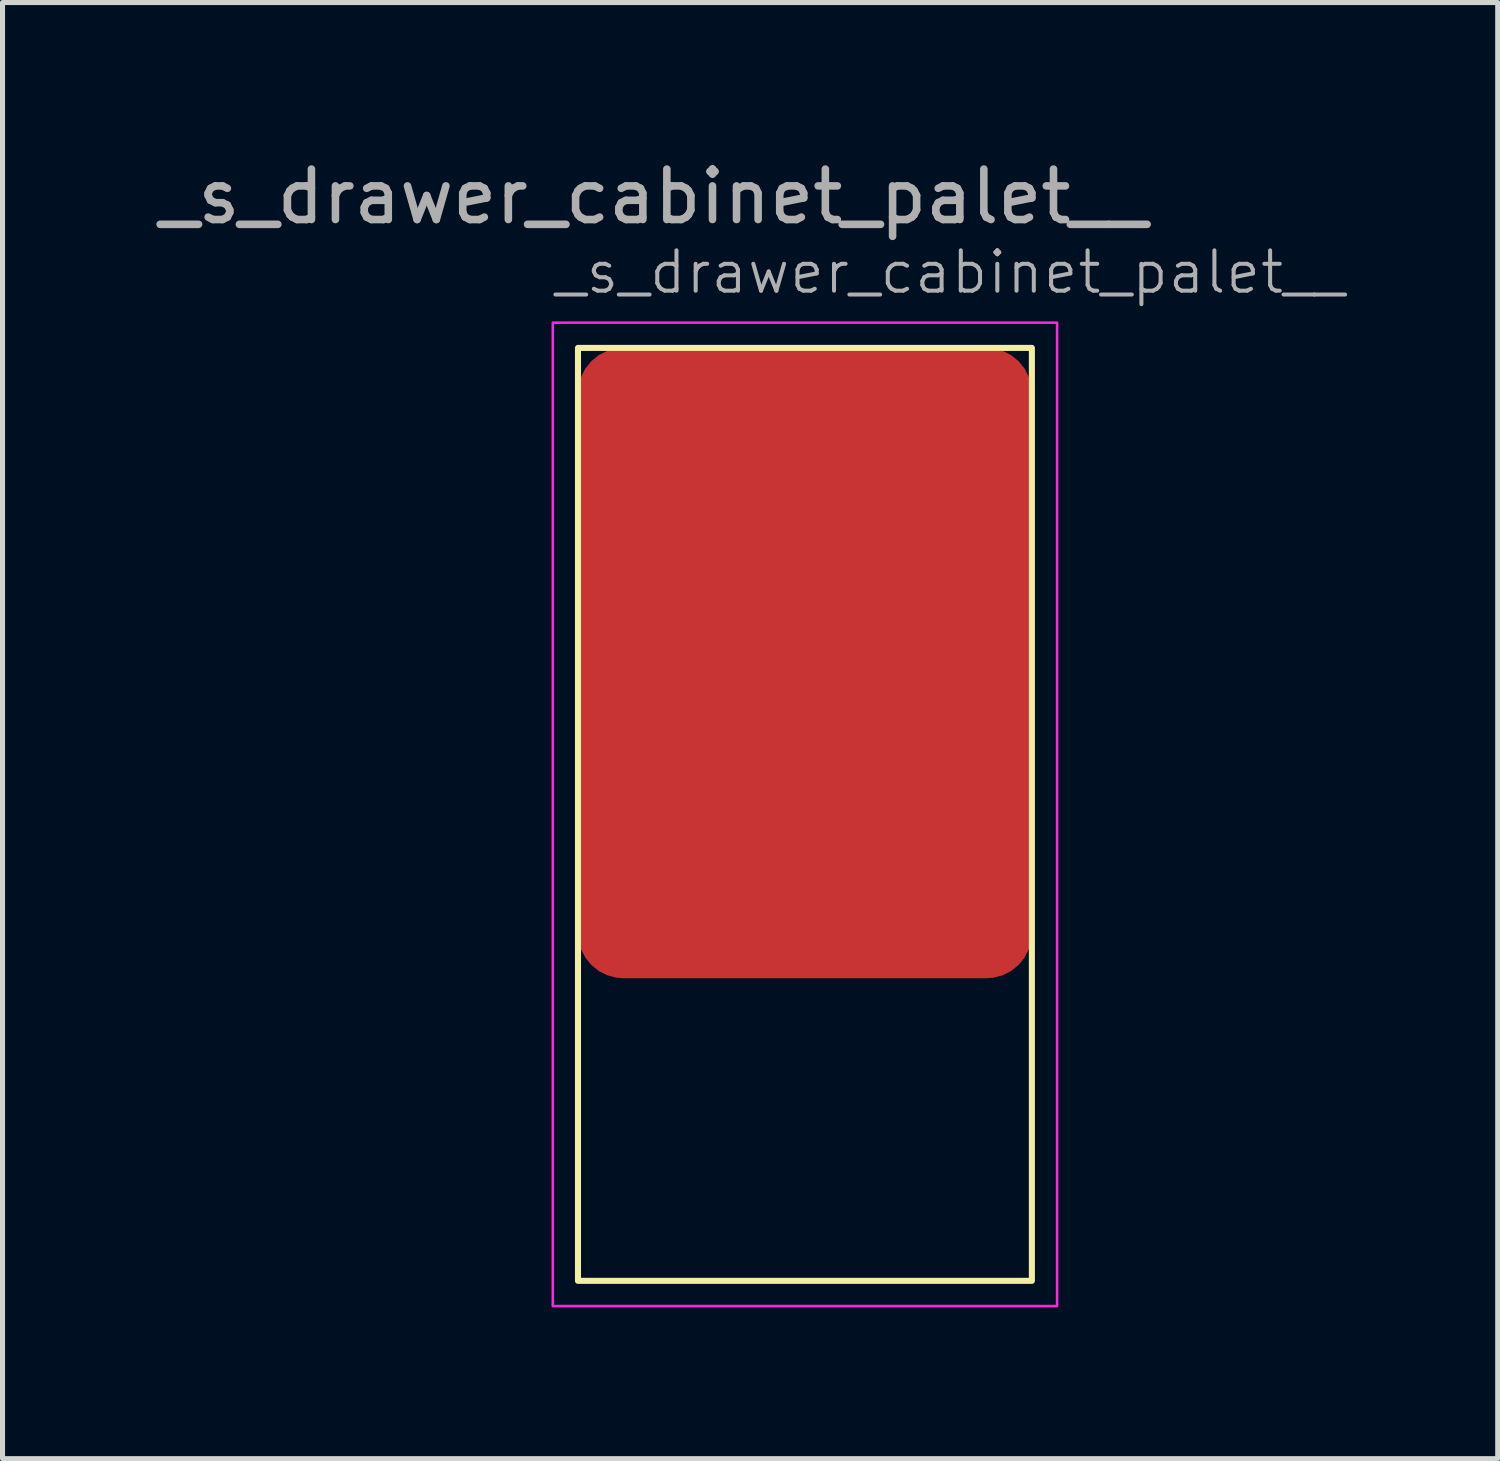
<source format=kicad_pcb>
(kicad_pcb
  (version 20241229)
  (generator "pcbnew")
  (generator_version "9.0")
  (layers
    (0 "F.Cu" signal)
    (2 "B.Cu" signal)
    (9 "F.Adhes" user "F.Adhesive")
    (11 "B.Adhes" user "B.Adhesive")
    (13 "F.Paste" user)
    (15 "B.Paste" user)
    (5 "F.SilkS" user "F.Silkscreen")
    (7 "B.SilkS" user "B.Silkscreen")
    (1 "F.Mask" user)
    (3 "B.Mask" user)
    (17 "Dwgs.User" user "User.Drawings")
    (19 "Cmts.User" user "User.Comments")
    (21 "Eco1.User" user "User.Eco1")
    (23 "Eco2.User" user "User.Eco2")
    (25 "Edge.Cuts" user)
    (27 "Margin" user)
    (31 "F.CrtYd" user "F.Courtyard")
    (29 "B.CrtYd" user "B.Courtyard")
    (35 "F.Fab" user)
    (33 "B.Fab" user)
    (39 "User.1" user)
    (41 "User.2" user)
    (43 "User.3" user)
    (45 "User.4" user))
  (footprint "_s_drawer_cabinet_palet__"
    (layer "F.Cu")
    (at 8.411 3.848)
    (property "Reference" "_s_drawer_cabinet_palet__" (at -0.5 -1.5 0) (unlocked yes) (layer "F.Fab") (effects (font (size 0.8 0.8) (thickness 0.08)) (justify left)))
    (attr smd)
    (fp_rect (start 0 0) (end 9 18.5) (stroke (width 0.12) (type solid)) (fill no) (layer "F.SilkS"))
    (fp_rect (start -0.5 -0.5) (end 9.5 19) (stroke (width 0.05) (type solid)) (fill no) (layer "F.CrtYd"))
    (fp_text user "${REFERENCE}" (at 1.5 -3 0) (unlocked yes) (layer "F.Fab") (effects (font (size 1 1) (thickness 0.15))))
    (pad "1" smd roundrect (at 4.5 6.25) (size 9 12.5) (layers "F.Cu" "F.Mask" "F.Paste") (roundrect_rratio 0.1)))
  (gr_rect
    (start -3 -3)
    (end 26.648 25.873)
    (stroke (width 0.1) (type default))
    (fill no)
    (layer "Edge.Cuts")))
</source>
